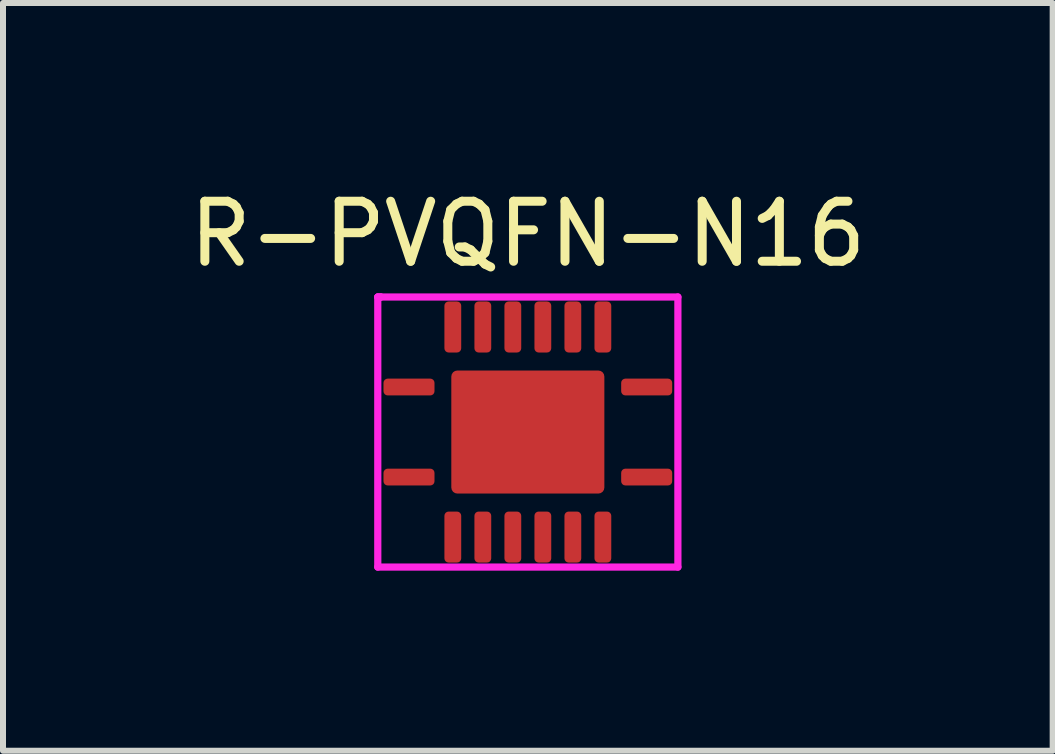
<source format=kicad_pcb>
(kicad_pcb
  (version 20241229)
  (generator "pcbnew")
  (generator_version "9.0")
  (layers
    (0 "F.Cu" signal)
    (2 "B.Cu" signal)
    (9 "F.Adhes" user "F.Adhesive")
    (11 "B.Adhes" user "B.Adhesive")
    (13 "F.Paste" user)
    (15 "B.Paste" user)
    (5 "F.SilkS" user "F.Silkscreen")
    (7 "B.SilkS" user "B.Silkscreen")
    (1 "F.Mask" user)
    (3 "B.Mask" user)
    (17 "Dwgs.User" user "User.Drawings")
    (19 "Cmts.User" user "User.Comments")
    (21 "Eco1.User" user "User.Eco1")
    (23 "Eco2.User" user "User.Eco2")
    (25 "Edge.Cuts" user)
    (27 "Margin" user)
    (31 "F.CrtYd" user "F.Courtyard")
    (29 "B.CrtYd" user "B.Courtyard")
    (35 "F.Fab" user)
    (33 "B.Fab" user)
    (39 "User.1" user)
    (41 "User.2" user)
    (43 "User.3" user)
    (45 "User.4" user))
  (footprint "R-PVQFN-N16"
    (layer "F.Cu")
    (at 5.744 4.148)
    (property "Reference" "R-PVQFN-N16" (at 0 -3.3 0) (layer "F.SilkS") (effects (font (size 1 1) (thickness 0.15))))
    (attr through_hole)
    (fp_poly (pts (xy -0.15 -0.15) (xy -1.2 -0.15) (xy -1.2 -0.95) (xy -0.15 -0.95)) (stroke (width 0.1) (type solid)) (fill yes) (layer "F.Paste"))
    (fp_poly (pts (xy -0.15 0.95) (xy -1.2 0.95) (xy -1.2 0.15) (xy -0.15 0.15)) (stroke (width 0.1) (type solid)) (fill yes) (layer "F.Paste"))
    (fp_poly (pts (xy 1.2 -0.15) (xy 0.15 -0.15) (xy 0.15 -0.95) (xy 1.2 -0.95)) (stroke (width 0.1) (type solid)) (fill yes) (layer "F.Paste"))
    (fp_poly (pts (xy 1.2 0.95) (xy 0.15 0.95) (xy 0.15 0.15) (xy 1.2 0.15)) (stroke (width 0.1) (type solid)) (fill yes) (layer "F.Paste"))
    (fp_line (start -2.5 -2.25) (end -2.45 -2.25) (stroke (width 0.12) (type solid)) (layer "F.CrtYd"))
    (fp_line (start -2.5 2.25) (end -2.5 -2.25) (stroke (width 0.12) (type solid)) (layer "F.CrtYd"))
    (fp_line (start -2.45 -2.25) (end -2.5 -2.25) (stroke (width 0.12) (type solid)) (layer "F.CrtYd"))
    (fp_line (start -2.45 -2.25) (end 2.5 -2.25) (stroke (width 0.12) (type solid)) (layer "F.CrtYd"))
    (fp_line (start 2.5 -2.25) (end 2.5 2.25) (stroke (width 0.12) (type solid)) (layer "F.CrtYd"))
    (fp_line (start 2.5 2.25) (end -2.5 2.25) (stroke (width 0.12) (type solid)) (layer "F.CrtYd"))
    (pad "1" smd roundrect (at -1.98 -0.75 90) (size 0.28 0.85) (layers "F.Cu" "F.Mask" "F.Paste") (roundrect_rratio 0.25))
    (pad "2" smd roundrect (at -1.25 -1.75 180) (size 0.28 0.85) (layers "F.Cu" "F.Mask" "F.Paste") (roundrect_rratio 0.25))
    (pad "3" smd roundrect (at -0.75 -1.75 180) (size 0.28 0.85) (layers "F.Cu" "F.Mask" "F.Paste") (roundrect_rratio 0.25))
    (pad "4" smd roundrect (at -0.25 -1.75 180) (size 0.28 0.85) (layers "F.Cu" "F.Mask" "F.Paste") (roundrect_rratio 0.25))
    (pad "5" smd roundrect (at 0.25 -1.75 180) (size 0.28 0.85) (layers "F.Cu" "F.Mask" "F.Paste") (roundrect_rratio 0.25))
    (pad "6" smd roundrect (at 0.75 -1.75 180) (size 0.28 0.85) (layers "F.Cu" "F.Mask" "F.Paste") (roundrect_rratio 0.25))
    (pad "7" smd roundrect (at 1.25 -1.75 180) (size 0.28 0.85) (layers "F.Cu" "F.Mask" "F.Paste") (roundrect_rratio 0.25))
    (pad "8" smd roundrect (at 1.98 -0.75 90) (size 0.28 0.85) (layers "F.Cu" "F.Mask" "F.Paste") (roundrect_rratio 0.25))
    (pad "9" smd roundrect (at 1.98 0.75 90) (size 0.28 0.85) (layers "F.Cu" "F.Mask" "F.Paste") (roundrect_rratio 0.25))
    (pad "10" smd roundrect (at 1.25 1.75 180) (size 0.28 0.85) (layers "F.Cu" "F.Mask" "F.Paste") (roundrect_rratio 0.25))
    (pad "11" smd roundrect (at 0.75 1.75 180) (size 0.28 0.85) (layers "F.Cu" "F.Mask" "F.Paste") (roundrect_rratio 0.25))
    (pad "12" smd roundrect (at 0.25 1.75 180) (size 0.28 0.85) (layers "F.Cu" "F.Mask" "F.Paste") (roundrect_rratio 0.25))
    (pad "13" smd roundrect (at -0.25 1.75 180) (size 0.28 0.85) (layers "F.Cu" "F.Mask" "F.Paste") (roundrect_rratio 0.25))
    (pad "14" smd roundrect (at -0.75 1.75 180) (size 0.28 0.85) (layers "F.Cu" "F.Mask" "F.Paste") (roundrect_rratio 0.25))
    (pad "15" smd roundrect (at -1.25 1.75 180) (size 0.28 0.85) (layers "F.Cu" "F.Mask" "F.Paste") (roundrect_rratio 0.25))
    (pad "16" smd roundrect (at -1.98 0.75 90) (size 0.28 0.85) (layers "F.Cu" "F.Mask" "F.Paste") (roundrect_rratio 0.25))
    (pad "17" smd roundrect (at 0 0) (size 2.55 2.05) (layers "F.Cu" "F.Mask") (roundrect_rratio 0.049)))
  (gr_rect
    (start -3 -3)
    (end 14.488 9.458)
    (stroke (width 0.1) (type default))
    (fill no)
    (layer "Edge.Cuts")))
</source>
